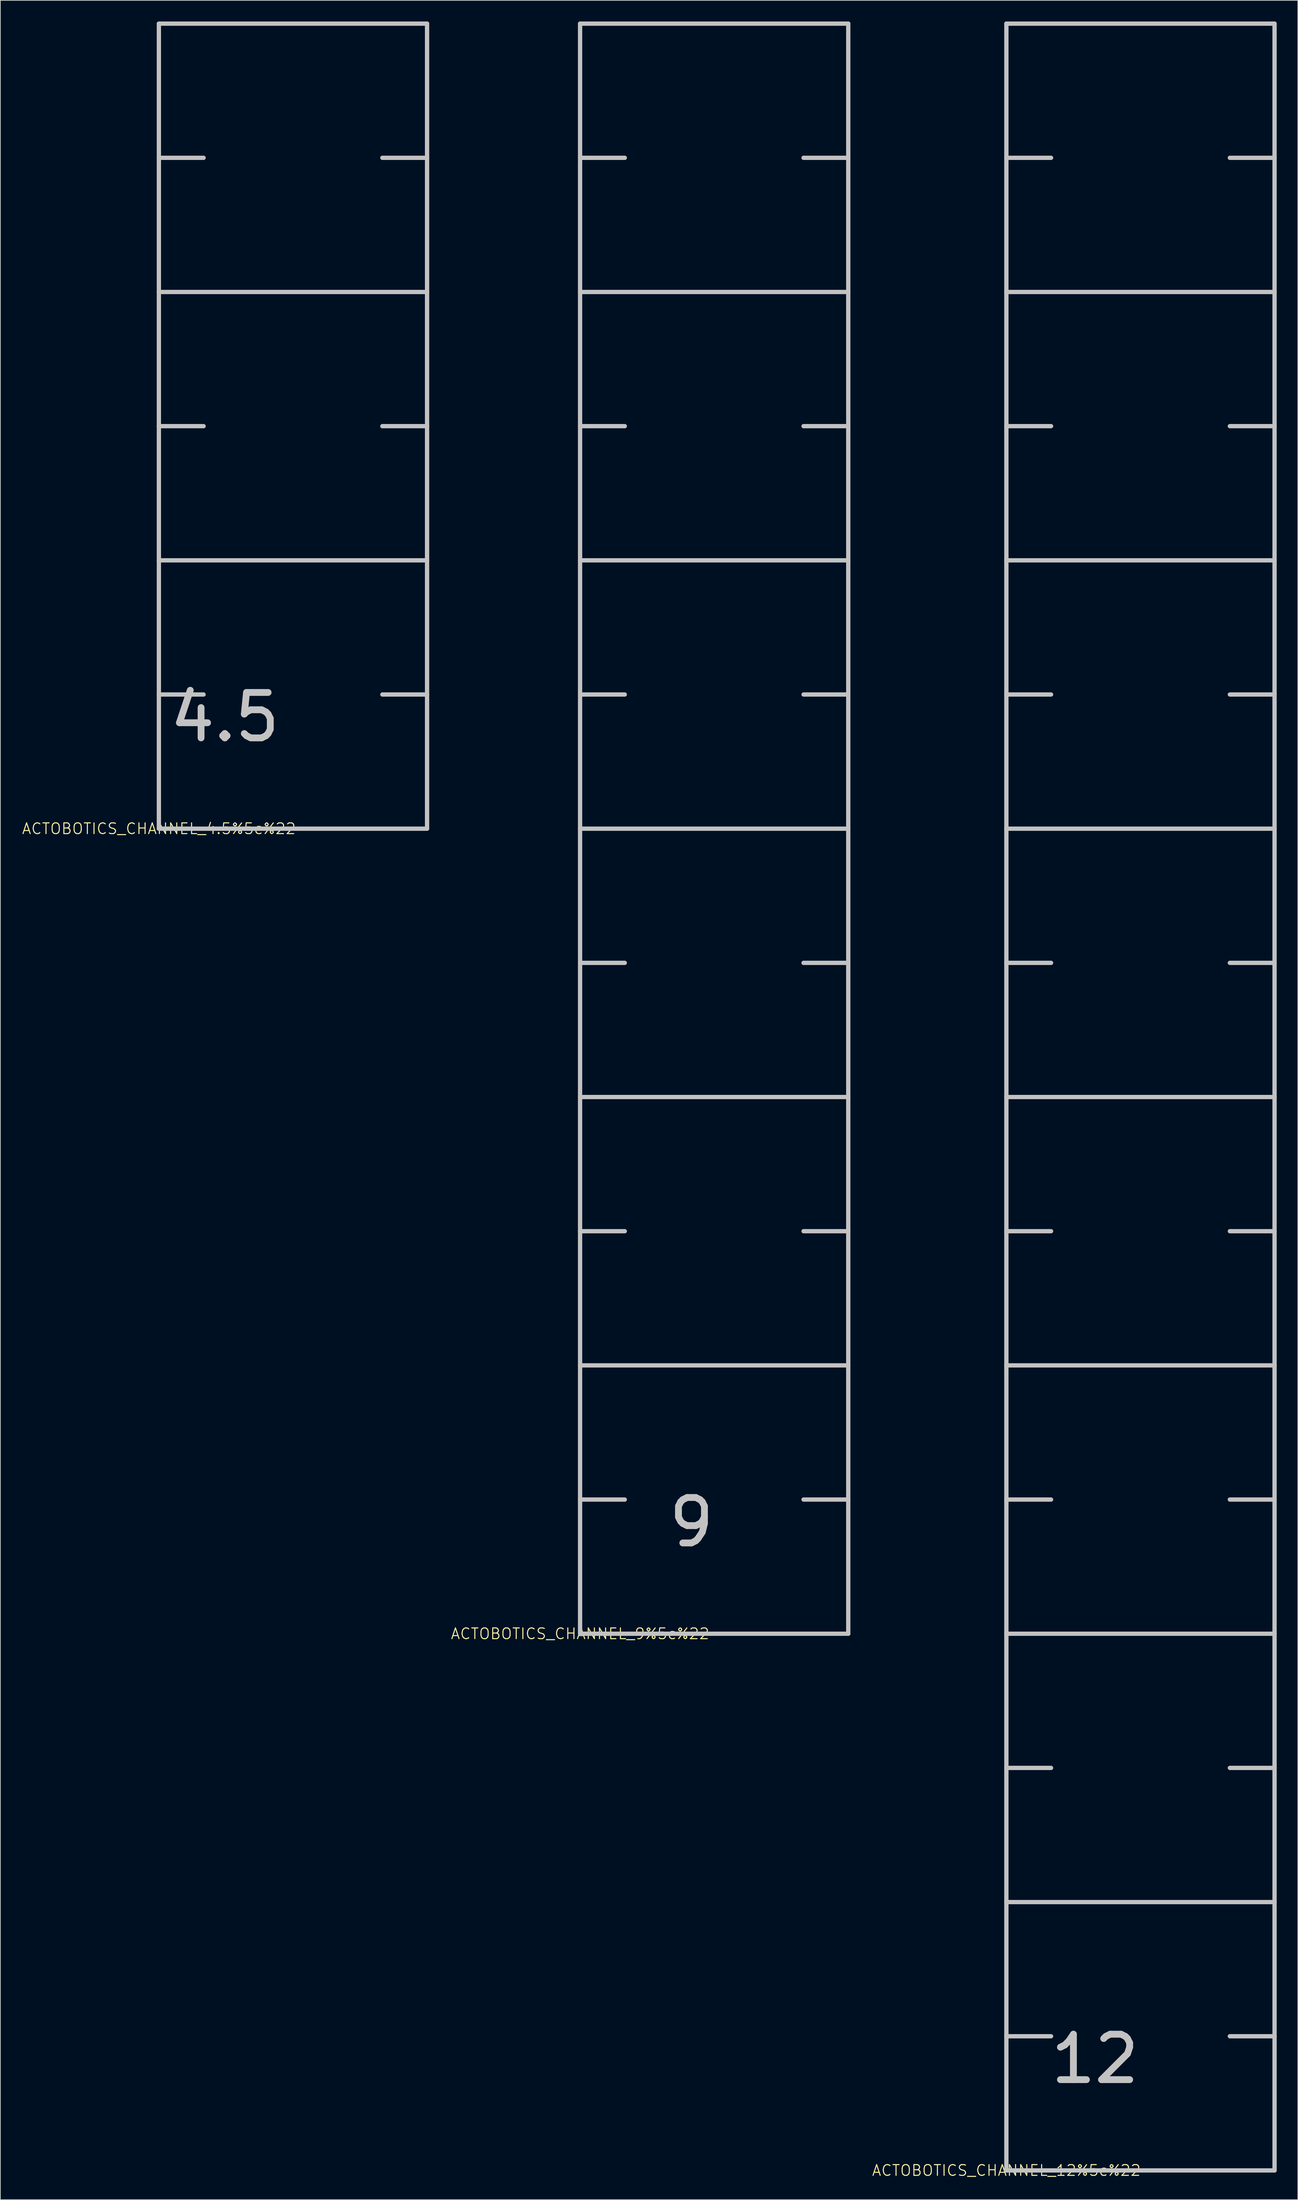
<source format=kicad_pcb>
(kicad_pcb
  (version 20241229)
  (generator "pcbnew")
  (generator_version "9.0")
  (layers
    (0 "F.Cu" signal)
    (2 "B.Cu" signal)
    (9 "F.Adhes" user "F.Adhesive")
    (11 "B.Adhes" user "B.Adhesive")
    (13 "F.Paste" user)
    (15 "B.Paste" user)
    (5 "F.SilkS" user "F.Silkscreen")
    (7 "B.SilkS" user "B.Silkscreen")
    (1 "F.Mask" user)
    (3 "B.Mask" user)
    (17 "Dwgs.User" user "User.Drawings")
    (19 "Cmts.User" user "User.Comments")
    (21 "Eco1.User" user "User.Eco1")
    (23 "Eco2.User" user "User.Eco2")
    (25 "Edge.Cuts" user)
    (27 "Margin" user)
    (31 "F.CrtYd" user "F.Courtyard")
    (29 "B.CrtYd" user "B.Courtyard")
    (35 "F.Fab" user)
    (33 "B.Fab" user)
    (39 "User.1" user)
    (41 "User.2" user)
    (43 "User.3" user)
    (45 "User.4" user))
  (footprint "ACTOBOTICS_CHANNEL_12%5c%22"
    (layer "F.Cu")
    (at 139.923 305.105)
    (property "Reference" "ACTOBOTICS_CHANNEL_12%5c%22" (at 0 0 0) (layer "F.SilkS") (effects (font (size 1.524 1.524) (thickness 0.15))))
    (attr exclude_from_pos_files exclude_from_bom)
    (fp_line (start 0 -304.8) (end 0 -190.5) (stroke (width 0.61) (type solid)) (layer "Dwgs.User"))
    (fp_line (start 0 -285.75) (end 6.35 -285.75) (stroke (width 0.61) (type solid)) (layer "Dwgs.User"))
    (fp_line (start 0 -266.7) (end 38.1 -266.7) (stroke (width 0.61) (type solid)) (layer "Dwgs.User"))
    (fp_line (start 0 -247.65) (end 6.35 -247.65) (stroke (width 0.61) (type solid)) (layer "Dwgs.User"))
    (fp_line (start 0 -228.6) (end 38.1 -228.6) (stroke (width 0.61) (type solid)) (layer "Dwgs.User"))
    (fp_line (start 0 -209.55) (end 6.35 -209.55) (stroke (width 0.61) (type solid)) (layer "Dwgs.User"))
    (fp_line (start 0 -190.5) (end 0 -152.4) (stroke (width 0.61) (type solid)) (layer "Dwgs.User"))
    (fp_line (start 0 -190.5) (end 38.1 -190.5) (stroke (width 0.61) (type solid)) (layer "Dwgs.User"))
    (fp_line (start 0 -171.45) (end 6.35 -171.45) (stroke (width 0.61) (type solid)) (layer "Dwgs.User"))
    (fp_line (start 0 -152.4) (end 0 -114.3) (stroke (width 0.61) (type solid)) (layer "Dwgs.User"))
    (fp_line (start 0 -152.4) (end 38.1 -152.4) (stroke (width 0.61) (type solid)) (layer "Dwgs.User"))
    (fp_line (start 0 -133.35) (end 6.35 -133.35) (stroke (width 0.61) (type solid)) (layer "Dwgs.User"))
    (fp_line (start 0 -114.3) (end 0 -76.2) (stroke (width 0.61) (type solid)) (layer "Dwgs.User"))
    (fp_line (start 0 -114.3) (end 38.1 -114.3) (stroke (width 0.61) (type solid)) (layer "Dwgs.User"))
    (fp_line (start 0 -95.25) (end 6.35 -95.25) (stroke (width 0.61) (type solid)) (layer "Dwgs.User"))
    (fp_line (start 0 -76.2) (end 0 -57.15) (stroke (width 0.61) (type solid)) (layer "Dwgs.User"))
    (fp_line (start 0 -76.2) (end 38.1 -76.2) (stroke (width 0.61) (type solid)) (layer "Dwgs.User"))
    (fp_line (start 0 -57.15) (end 0 -38.1) (stroke (width 0.61) (type solid)) (layer "Dwgs.User"))
    (fp_line (start 0 -57.15) (end 6.35 -57.15) (stroke (width 0.61) (type solid)) (layer "Dwgs.User"))
    (fp_line (start 0 -38.1) (end 0 -19.05) (stroke (width 0.61) (type solid)) (layer "Dwgs.User"))
    (fp_line (start 0 -38.1) (end 38.1 -38.1) (stroke (width 0.61) (type solid)) (layer "Dwgs.User"))
    (fp_line (start 0 -19.05) (end 0 0) (stroke (width 0.61) (type solid)) (layer "Dwgs.User"))
    (fp_line (start 0 -19.05) (end 6.35 -19.05) (stroke (width 0.61) (type solid)) (layer "Dwgs.User"))
    (fp_line (start 0 0) (end 38.1 0) (stroke (width 0.61) (type solid)) (layer "Dwgs.User"))
    (fp_line (start 38.1 -304.8) (end 0 -304.8) (stroke (width 0.61) (type solid)) (layer "Dwgs.User"))
    (fp_line (start 38.1 -285.75) (end 31.75 -285.75) (stroke (width 0.61) (type solid)) (layer "Dwgs.User"))
    (fp_line (start 38.1 -247.65) (end 31.75 -247.65) (stroke (width 0.61) (type solid)) (layer "Dwgs.User"))
    (fp_line (start 38.1 -209.55) (end 31.75 -209.55) (stroke (width 0.61) (type solid)) (layer "Dwgs.User"))
    (fp_line (start 38.1 -190.5) (end 38.1 -304.8) (stroke (width 0.61) (type solid)) (layer "Dwgs.User"))
    (fp_line (start 38.1 -171.45) (end 31.75 -171.45) (stroke (width 0.61) (type solid)) (layer "Dwgs.User"))
    (fp_line (start 38.1 -152.4) (end 38.1 -190.5) (stroke (width 0.61) (type solid)) (layer "Dwgs.User"))
    (fp_line (start 38.1 -133.35) (end 31.75 -133.35) (stroke (width 0.61) (type solid)) (layer "Dwgs.User"))
    (fp_line (start 38.1 -114.3) (end 38.1 -152.4) (stroke (width 0.61) (type solid)) (layer "Dwgs.User"))
    (fp_line (start 38.1 -95.25) (end 31.75 -95.25) (stroke (width 0.61) (type solid)) (layer "Dwgs.User"))
    (fp_line (start 38.1 -76.2) (end 38.1 -114.3) (stroke (width 0.61) (type solid)) (layer "Dwgs.User"))
    (fp_line (start 38.1 -57.15) (end 31.75 -57.15) (stroke (width 0.61) (type solid)) (layer "Dwgs.User"))
    (fp_line (start 38.1 -57.15) (end 38.1 -76.2) (stroke (width 0.61) (type solid)) (layer "Dwgs.User"))
    (fp_line (start 38.1 -38.1) (end 38.1 -57.15) (stroke (width 0.61) (type solid)) (layer "Dwgs.User"))
    (fp_line (start 38.1 -19.05) (end 31.75 -19.05) (stroke (width 0.61) (type solid)) (layer "Dwgs.User"))
    (fp_line (start 38.1 -19.05) (end 38.1 -38.1) (stroke (width 0.61) (type solid)) (layer "Dwgs.User"))
    (fp_line (start 38.1 0) (end 38.1 -19.05) (stroke (width 0.61) (type solid)) (layer "Dwgs.User"))
    (fp_text user "12" (at 12.598 -15.824 180) (layer "Dwgs.User") (effects (font (size 6.452 6.452) (thickness 0.97)))))
  (footprint "ACTOBOTICS_CHANNEL_4.5%5c%22"
    (layer "F.Cu")
    (at 19.522 114.605)
    (property "Reference" "ACTOBOTICS_CHANNEL_4.5%5c%22" (at 0 0 0) (layer "F.SilkS") (effects (font (size 1.524 1.524) (thickness 0.15))))
    (attr exclude_from_pos_files exclude_from_bom)
    (fp_line (start 0 -114.3) (end 0 -76.2) (stroke (width 0.61) (type solid)) (layer "Dwgs.User"))
    (fp_line (start 0 -95.25) (end 6.35 -95.25) (stroke (width 0.61) (type solid)) (layer "Dwgs.User"))
    (fp_line (start 0 -76.2) (end 0 -57.15) (stroke (width 0.61) (type solid)) (layer "Dwgs.User"))
    (fp_line (start 0 -76.2) (end 38.1 -76.2) (stroke (width 0.61) (type solid)) (layer "Dwgs.User"))
    (fp_line (start 0 -57.15) (end 0 -38.1) (stroke (width 0.61) (type solid)) (layer "Dwgs.User"))
    (fp_line (start 0 -57.15) (end 6.35 -57.15) (stroke (width 0.61) (type solid)) (layer "Dwgs.User"))
    (fp_line (start 0 -38.1) (end 0 -19.05) (stroke (width 0.61) (type solid)) (layer "Dwgs.User"))
    (fp_line (start 0 -38.1) (end 38.1 -38.1) (stroke (width 0.61) (type solid)) (layer "Dwgs.User"))
    (fp_line (start 0 -19.05) (end 0 0) (stroke (width 0.61) (type solid)) (layer "Dwgs.User"))
    (fp_line (start 0 -19.05) (end 6.35 -19.05) (stroke (width 0.61) (type solid)) (layer "Dwgs.User"))
    (fp_line (start 0 0) (end 38.1 0) (stroke (width 0.61) (type solid)) (layer "Dwgs.User"))
    (fp_line (start 38.1 -114.3) (end 0 -114.3) (stroke (width 0.61) (type solid)) (layer "Dwgs.User"))
    (fp_line (start 38.1 -95.25) (end 31.75 -95.25) (stroke (width 0.61) (type solid)) (layer "Dwgs.User"))
    (fp_line (start 38.1 -76.2) (end 38.1 -114.3) (stroke (width 0.61) (type solid)) (layer "Dwgs.User"))
    (fp_line (start 38.1 -57.15) (end 31.75 -57.15) (stroke (width 0.61) (type solid)) (layer "Dwgs.User"))
    (fp_line (start 38.1 -57.15) (end 38.1 -76.2) (stroke (width 0.61) (type solid)) (layer "Dwgs.User"))
    (fp_line (start 38.1 -38.1) (end 38.1 -57.15) (stroke (width 0.61) (type solid)) (layer "Dwgs.User"))
    (fp_line (start 38.1 -19.05) (end 31.75 -19.05) (stroke (width 0.61) (type solid)) (layer "Dwgs.User"))
    (fp_line (start 38.1 -19.05) (end 38.1 -38.1) (stroke (width 0.61) (type solid)) (layer "Dwgs.User"))
    (fp_line (start 38.1 0) (end 38.1 -19.05) (stroke (width 0.61) (type solid)) (layer "Dwgs.User"))
    (fp_text user "4.5" (at 9.373 -15.824 180) (layer "Dwgs.User") (effects (font (size 6.452 6.452) (thickness 0.97)))))
  (footprint "ACTOBOTICS_CHANNEL_9%5c%22"
    (layer "F.Cu")
    (at 79.36 228.905)
    (property "Reference" "ACTOBOTICS_CHANNEL_9%5c%22" (at 0 0 0) (layer "F.SilkS") (effects (font (size 1.524 1.524) (thickness 0.15))))
    (attr exclude_from_pos_files exclude_from_bom)
    (fp_line (start 0 -228.6) (end 0 -190.5) (stroke (width 0.61) (type solid)) (layer "Dwgs.User"))
    (fp_line (start 0 -209.55) (end 6.35 -209.55) (stroke (width 0.61) (type solid)) (layer "Dwgs.User"))
    (fp_line (start 0 -190.5) (end 0 -152.4) (stroke (width 0.61) (type solid)) (layer "Dwgs.User"))
    (fp_line (start 0 -190.5) (end 38.1 -190.5) (stroke (width 0.61) (type solid)) (layer "Dwgs.User"))
    (fp_line (start 0 -171.45) (end 6.35 -171.45) (stroke (width 0.61) (type solid)) (layer "Dwgs.User"))
    (fp_line (start 0 -152.4) (end 0 -114.3) (stroke (width 0.61) (type solid)) (layer "Dwgs.User"))
    (fp_line (start 0 -152.4) (end 38.1 -152.4) (stroke (width 0.61) (type solid)) (layer "Dwgs.User"))
    (fp_line (start 0 -133.35) (end 6.35 -133.35) (stroke (width 0.61) (type solid)) (layer "Dwgs.User"))
    (fp_line (start 0 -114.3) (end 0 -76.2) (stroke (width 0.61) (type solid)) (layer "Dwgs.User"))
    (fp_line (start 0 -114.3) (end 38.1 -114.3) (stroke (width 0.61) (type solid)) (layer "Dwgs.User"))
    (fp_line (start 0 -95.25) (end 6.35 -95.25) (stroke (width 0.61) (type solid)) (layer "Dwgs.User"))
    (fp_line (start 0 -76.2) (end 0 -57.15) (stroke (width 0.61) (type solid)) (layer "Dwgs.User"))
    (fp_line (start 0 -76.2) (end 38.1 -76.2) (stroke (width 0.61) (type solid)) (layer "Dwgs.User"))
    (fp_line (start 0 -57.15) (end 0 -38.1) (stroke (width 0.61) (type solid)) (layer "Dwgs.User"))
    (fp_line (start 0 -57.15) (end 6.35 -57.15) (stroke (width 0.61) (type solid)) (layer "Dwgs.User"))
    (fp_line (start 0 -38.1) (end 0 -19.05) (stroke (width 0.61) (type solid)) (layer "Dwgs.User"))
    (fp_line (start 0 -38.1) (end 38.1 -38.1) (stroke (width 0.61) (type solid)) (layer "Dwgs.User"))
    (fp_line (start 0 -19.05) (end 0 0) (stroke (width 0.61) (type solid)) (layer "Dwgs.User"))
    (fp_line (start 0 -19.05) (end 6.35 -19.05) (stroke (width 0.61) (type solid)) (layer "Dwgs.User"))
    (fp_line (start 0 0) (end 38.1 0) (stroke (width 0.61) (type solid)) (layer "Dwgs.User"))
    (fp_line (start 38.1 -228.6) (end 0 -228.6) (stroke (width 0.61) (type solid)) (layer "Dwgs.User"))
    (fp_line (start 38.1 -209.55) (end 31.75 -209.55) (stroke (width 0.61) (type solid)) (layer "Dwgs.User"))
    (fp_line (start 38.1 -190.5) (end 38.1 -228.6) (stroke (width 0.61) (type solid)) (layer "Dwgs.User"))
    (fp_line (start 38.1 -171.45) (end 31.75 -171.45) (stroke (width 0.61) (type solid)) (layer "Dwgs.User"))
    (fp_line (start 38.1 -152.4) (end 38.1 -190.5) (stroke (width 0.61) (type solid)) (layer "Dwgs.User"))
    (fp_line (start 38.1 -133.35) (end 31.75 -133.35) (stroke (width 0.61) (type solid)) (layer "Dwgs.User"))
    (fp_line (start 38.1 -114.3) (end 38.1 -152.4) (stroke (width 0.61) (type solid)) (layer "Dwgs.User"))
    (fp_line (start 38.1 -95.25) (end 31.75 -95.25) (stroke (width 0.61) (type solid)) (layer "Dwgs.User"))
    (fp_line (start 38.1 -76.2) (end 38.1 -114.3) (stroke (width 0.61) (type solid)) (layer "Dwgs.User"))
    (fp_line (start 38.1 -57.15) (end 31.75 -57.15) (stroke (width 0.61) (type solid)) (layer "Dwgs.User"))
    (fp_line (start 38.1 -57.15) (end 38.1 -76.2) (stroke (width 0.61) (type solid)) (layer "Dwgs.User"))
    (fp_line (start 38.1 -38.1) (end 38.1 -57.15) (stroke (width 0.61) (type solid)) (layer "Dwgs.User"))
    (fp_line (start 38.1 -19.05) (end 31.75 -19.05) (stroke (width 0.61) (type solid)) (layer "Dwgs.User"))
    (fp_line (start 38.1 -19.05) (end 38.1 -38.1) (stroke (width 0.61) (type solid)) (layer "Dwgs.User"))
    (fp_line (start 38.1 0) (end 38.1 -19.05) (stroke (width 0.61) (type solid)) (layer "Dwgs.User"))
    (fp_text user "9" (at 15.824 -15.824 180) (layer "Dwgs.User") (effects (font (size 6.452 6.452) (thickness 0.97)))))
  (gr_rect
    (start -3 -3)
    (end 181.328 309.26)
    (stroke (width 0.1) (type default))
    (fill no)
    (layer "Edge.Cuts")))
</source>
